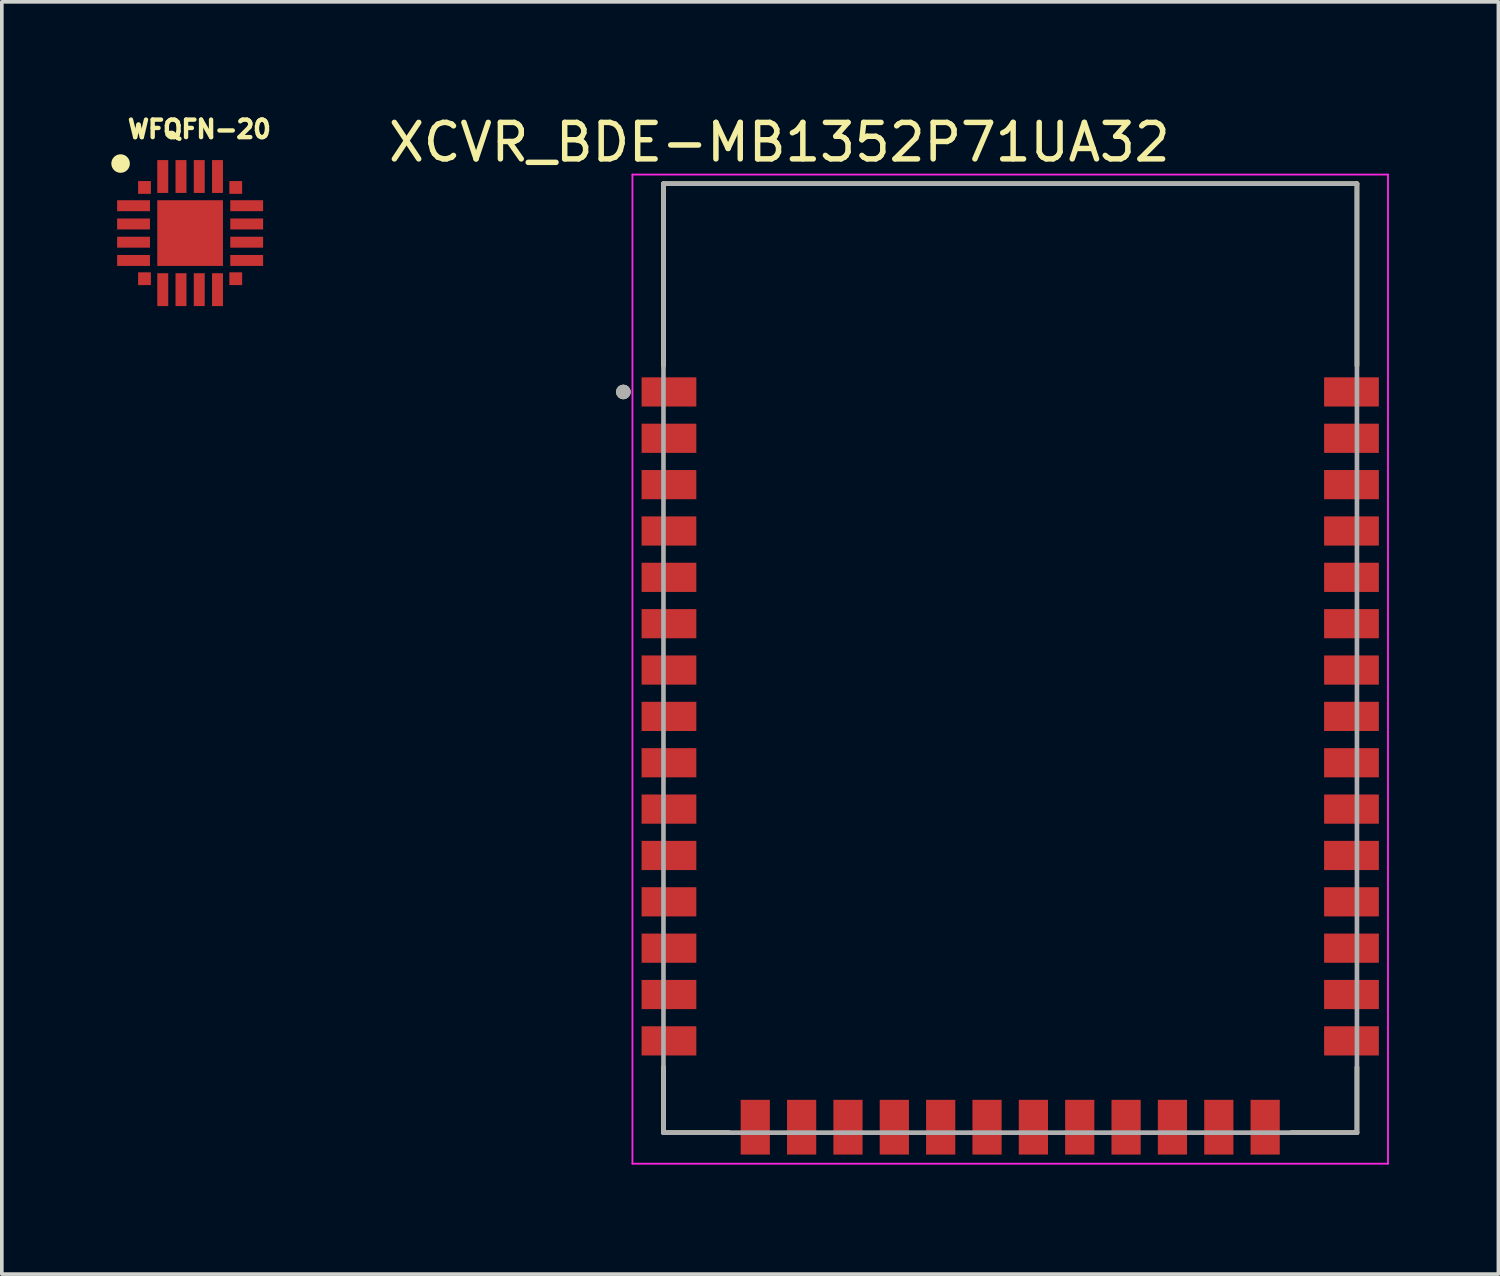
<source format=kicad_pcb>
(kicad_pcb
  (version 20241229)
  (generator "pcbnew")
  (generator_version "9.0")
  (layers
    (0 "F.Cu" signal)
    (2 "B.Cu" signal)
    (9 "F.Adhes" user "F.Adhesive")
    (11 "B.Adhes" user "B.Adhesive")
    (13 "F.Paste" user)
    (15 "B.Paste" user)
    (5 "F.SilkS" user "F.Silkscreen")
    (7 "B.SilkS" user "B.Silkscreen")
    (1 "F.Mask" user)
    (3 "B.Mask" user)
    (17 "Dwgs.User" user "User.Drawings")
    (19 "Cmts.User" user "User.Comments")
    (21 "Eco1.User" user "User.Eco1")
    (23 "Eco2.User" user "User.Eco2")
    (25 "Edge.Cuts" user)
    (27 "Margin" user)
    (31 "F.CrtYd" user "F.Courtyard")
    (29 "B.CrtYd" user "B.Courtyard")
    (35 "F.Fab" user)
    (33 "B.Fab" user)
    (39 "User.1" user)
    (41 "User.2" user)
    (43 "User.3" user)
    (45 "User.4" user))
  (footprint "WFQFN-20"
    (layer "F.Cu")
    (at 2.159 3.336)
    (property "Reference" "WFQFN-20" (at 0.254 -2.845 0) (layer "F.SilkS") (effects (font (size 0.48 0.48) (thickness 0.15))))
    (attr smd)
    (fp_circle (center -1.905 -1.905) (end -1.651 -1.905) (stroke (width 0) (type solid)) (fill yes) (layer "F.SilkS"))
    (pad "1" smd rect (at -1.25 -1.25) (size 0.35 0.35) (layers "F.Cu" "F.Mask" "F.Paste"))
    (pad "2" smd rect (at -1.55 -0.75) (size 0.9 0.3) (layers "F.Cu" "F.Mask" "F.Paste"))
    (pad "3" smd rect (at -1.55 -0.25) (size 0.9 0.3) (layers "F.Cu" "F.Mask" "F.Paste"))
    (pad "4" smd rect (at -1.55 0.25) (size 0.9 0.3) (layers "F.Cu" "F.Mask" "F.Paste"))
    (pad "5" smd rect (at -1.55 0.75) (size 0.9 0.3) (layers "F.Cu" "F.Mask" "F.Paste"))
    (pad "6" smd rect (at -1.25 1.25) (size 0.35 0.35) (layers "F.Cu" "F.Mask" "F.Paste"))
    (pad "7" smd rect (at -0.75 1.55) (size 0.3 0.9) (layers "F.Cu" "F.Mask" "F.Paste"))
    (pad "8" smd rect (at -0.25 1.55) (size 0.3 0.9) (layers "F.Cu" "F.Mask" "F.Paste"))
    (pad "9" smd rect (at 0.25 1.55) (size 0.3 0.9) (layers "F.Cu" "F.Mask" "F.Paste"))
    (pad "10" smd rect (at 0.75 1.55) (size 0.3 0.9) (layers "F.Cu" "F.Mask" "F.Paste"))
    (pad "11" smd rect (at 1.25 1.25) (size 0.35 0.35) (layers "F.Cu" "F.Mask" "F.Paste"))
    (pad "12" smd rect (at 1.55 0.75) (size 0.9 0.3) (layers "F.Cu" "F.Mask" "F.Paste"))
    (pad "13" smd rect (at 1.55 0.25) (size 0.9 0.3) (layers "F.Cu" "F.Mask" "F.Paste"))
    (pad "14" smd rect (at 1.55 -0.25) (size 0.9 0.3) (layers "F.Cu" "F.Mask" "F.Paste"))
    (pad "15" smd rect (at 1.55 -0.75) (size 0.9 0.3) (layers "F.Cu" "F.Mask" "F.Paste"))
    (pad "16" smd rect (at 1.25 -1.25) (size 0.35 0.35) (layers "F.Cu" "F.Mask" "F.Paste"))
    (pad "17" smd rect (at 0.75 -1.55) (size 0.3 0.9) (layers "F.Cu" "F.Mask" "F.Paste"))
    (pad "18" smd rect (at 0.25 -1.55) (size 0.3 0.9) (layers "F.Cu" "F.Mask" "F.Paste"))
    (pad "19" smd rect (at -0.25 -1.55) (size 0.3 0.9) (layers "F.Cu" "F.Mask" "F.Paste"))
    (pad "20" smd rect (at -0.75 -1.55) (size 0.3 0.9) (layers "F.Cu" "F.Mask" "F.Paste"))
    (pad "EXP" smd rect (at 0 0) (size 1.8 1.8) (layers "F.Cu" "F.Mask" "F.Paste")))
  (footprint "XCVR_BDE-MB1352P71UA32"
    (layer "F.Cu")
    (at 24.628 14.983)
    (property "Reference" "XCVR_BDE-MB1352P71UA32" (at -6.325 -14.135 0) (layer "F.SilkS") (effects (font (size 1 1) (thickness 0.15))))
    (attr smd)
    (fp_poly (pts (xy -10.1 -7.695) (xy -8.6 -7.695) (xy -8.6 -6.895) (xy -10.1 -6.895)) (stroke (width 0.01) (type solid)) (fill yes) (layer "F.Mask"))
    (fp_poly (pts (xy -10.1 -6.425) (xy -8.6 -6.425) (xy -8.6 -5.625) (xy -10.1 -5.625)) (stroke (width 0.01) (type solid)) (fill yes) (layer "F.Mask"))
    (fp_poly (pts (xy -10.1 -5.155) (xy -8.6 -5.155) (xy -8.6 -4.355) (xy -10.1 -4.355)) (stroke (width 0.01) (type solid)) (fill yes) (layer "F.Mask"))
    (fp_poly (pts (xy -10.1 -3.885) (xy -8.6 -3.885) (xy -8.6 -3.085) (xy -10.1 -3.085)) (stroke (width 0.01) (type solid)) (fill yes) (layer "F.Mask"))
    (fp_poly (pts (xy -10.1 -2.615) (xy -8.6 -2.615) (xy -8.6 -1.815) (xy -10.1 -1.815)) (stroke (width 0.01) (type solid)) (fill yes) (layer "F.Mask"))
    (fp_poly (pts (xy -10.1 -1.345) (xy -8.6 -1.345) (xy -8.6 -0.545) (xy -10.1 -0.545)) (stroke (width 0.01) (type solid)) (fill yes) (layer "F.Mask"))
    (fp_poly (pts (xy -10.1 -0.075) (xy -8.6 -0.075) (xy -8.6 0.725) (xy -10.1 0.725)) (stroke (width 0.01) (type solid)) (fill yes) (layer "F.Mask"))
    (fp_poly (pts (xy -10.1 1.195) (xy -8.6 1.195) (xy -8.6 1.995) (xy -10.1 1.995)) (stroke (width 0.01) (type solid)) (fill yes) (layer "F.Mask"))
    (fp_poly (pts (xy -10.1 2.465) (xy -8.6 2.465) (xy -8.6 3.265) (xy -10.1 3.265)) (stroke (width 0.01) (type solid)) (fill yes) (layer "F.Mask"))
    (fp_poly (pts (xy -10.1 3.735) (xy -8.6 3.735) (xy -8.6 4.535) (xy -10.1 4.535)) (stroke (width 0.01) (type solid)) (fill yes) (layer "F.Mask"))
    (fp_poly (pts (xy -10.1 5.005) (xy -8.6 5.005) (xy -8.6 5.805) (xy -10.1 5.805)) (stroke (width 0.01) (type solid)) (fill yes) (layer "F.Mask"))
    (fp_poly (pts (xy -10.1 6.275) (xy -8.6 6.275) (xy -8.6 7.075) (xy -10.1 7.075)) (stroke (width 0.01) (type solid)) (fill yes) (layer "F.Mask"))
    (fp_poly (pts (xy -10.1 7.545) (xy -8.6 7.545) (xy -8.6 8.345) (xy -10.1 8.345)) (stroke (width 0.01) (type solid)) (fill yes) (layer "F.Mask"))
    (fp_poly (pts (xy -10.1 8.815) (xy -8.6 8.815) (xy -8.6 9.615) (xy -10.1 9.615)) (stroke (width 0.01) (type solid)) (fill yes) (layer "F.Mask"))
    (fp_poly (pts (xy -10.1 10.085) (xy -8.6 10.085) (xy -8.6 10.885) (xy -10.1 10.885)) (stroke (width 0.01) (type solid)) (fill yes) (layer "F.Mask"))
    (fp_poly (pts (xy -7.385 12.1) (xy -6.585 12.1) (xy -6.585 13.6) (xy -7.385 13.6)) (stroke (width 0.01) (type solid)) (fill yes) (layer "F.Mask"))
    (fp_poly (pts (xy -6.115 12.1) (xy -5.315 12.1) (xy -5.315 13.6) (xy -6.115 13.6)) (stroke (width 0.01) (type solid)) (fill yes) (layer "F.Mask"))
    (fp_poly (pts (xy -4.845 12.1) (xy -4.045 12.1) (xy -4.045 13.6) (xy -4.845 13.6)) (stroke (width 0.01) (type solid)) (fill yes) (layer "F.Mask"))
    (fp_poly (pts (xy -3.575 12.1) (xy -2.775 12.1) (xy -2.775 13.6) (xy -3.575 13.6)) (stroke (width 0.01) (type solid)) (fill yes) (layer "F.Mask"))
    (fp_poly (pts (xy -2.305 12.1) (xy -1.505 12.1) (xy -1.505 13.6) (xy -2.305 13.6)) (stroke (width 0.01) (type solid)) (fill yes) (layer "F.Mask"))
    (fp_poly (pts (xy -1.035 12.1) (xy -0.235 12.1) (xy -0.235 13.6) (xy -1.035 13.6)) (stroke (width 0.01) (type solid)) (fill yes) (layer "F.Mask"))
    (fp_poly (pts (xy 0.235 12.1) (xy 1.035 12.1) (xy 1.035 13.6) (xy 0.235 13.6)) (stroke (width 0.01) (type solid)) (fill yes) (layer "F.Mask"))
    (fp_poly (pts (xy 1.505 12.1) (xy 2.305 12.1) (xy 2.305 13.6) (xy 1.505 13.6)) (stroke (width 0.01) (type solid)) (fill yes) (layer "F.Mask"))
    (fp_poly (pts (xy 2.775 12.1) (xy 3.575 12.1) (xy 3.575 13.6) (xy 2.775 13.6)) (stroke (width 0.01) (type solid)) (fill yes) (layer "F.Mask"))
    (fp_poly (pts (xy 4.045 12.1) (xy 4.845 12.1) (xy 4.845 13.6) (xy 4.045 13.6)) (stroke (width 0.01) (type solid)) (fill yes) (layer "F.Mask"))
    (fp_poly (pts (xy 5.315 12.1) (xy 6.115 12.1) (xy 6.115 13.6) (xy 5.315 13.6)) (stroke (width 0.01) (type solid)) (fill yes) (layer "F.Mask"))
    (fp_poly (pts (xy 6.585 12.1) (xy 7.385 12.1) (xy 7.385 13.6) (xy 6.585 13.6)) (stroke (width 0.01) (type solid)) (fill yes) (layer "F.Mask"))
    (fp_poly (pts (xy 8.6 -7.695) (xy 10.1 -7.695) (xy 10.1 -6.895) (xy 8.6 -6.895)) (stroke (width 0.01) (type solid)) (fill yes) (layer "F.Mask"))
    (fp_poly (pts (xy 8.6 -6.425) (xy 10.1 -6.425) (xy 10.1 -5.625) (xy 8.6 -5.625)) (stroke (width 0.01) (type solid)) (fill yes) (layer "F.Mask"))
    (fp_poly (pts (xy 8.6 -5.155) (xy 10.1 -5.155) (xy 10.1 -4.355) (xy 8.6 -4.355)) (stroke (width 0.01) (type solid)) (fill yes) (layer "F.Mask"))
    (fp_poly (pts (xy 8.6 -3.885) (xy 10.1 -3.885) (xy 10.1 -3.085) (xy 8.6 -3.085)) (stroke (width 0.01) (type solid)) (fill yes) (layer "F.Mask"))
    (fp_poly (pts (xy 8.6 -2.615) (xy 10.1 -2.615) (xy 10.1 -1.815) (xy 8.6 -1.815)) (stroke (width 0.01) (type solid)) (fill yes) (layer "F.Mask"))
    (fp_poly (pts (xy 8.6 -1.345) (xy 10.1 -1.345) (xy 10.1 -0.545) (xy 8.6 -0.545)) (stroke (width 0.01) (type solid)) (fill yes) (layer "F.Mask"))
    (fp_poly (pts (xy 8.6 -0.075) (xy 10.1 -0.075) (xy 10.1 0.725) (xy 8.6 0.725)) (stroke (width 0.01) (type solid)) (fill yes) (layer "F.Mask"))
    (fp_poly (pts (xy 8.6 1.195) (xy 10.1 1.195) (xy 10.1 1.995) (xy 8.6 1.995)) (stroke (width 0.01) (type solid)) (fill yes) (layer "F.Mask"))
    (fp_poly (pts (xy 8.6 2.465) (xy 10.1 2.465) (xy 10.1 3.265) (xy 8.6 3.265)) (stroke (width 0.01) (type solid)) (fill yes) (layer "F.Mask"))
    (fp_poly (pts (xy 8.6 3.735) (xy 10.1 3.735) (xy 10.1 4.535) (xy 8.6 4.535)) (stroke (width 0.01) (type solid)) (fill yes) (layer "F.Mask"))
    (fp_poly (pts (xy 8.6 5.005) (xy 10.1 5.005) (xy 10.1 5.805) (xy 8.6 5.805)) (stroke (width 0.01) (type solid)) (fill yes) (layer "F.Mask"))
    (fp_poly (pts (xy 8.6 6.275) (xy 10.1 6.275) (xy 10.1 7.075) (xy 8.6 7.075)) (stroke (width 0.01) (type solid)) (fill yes) (layer "F.Mask"))
    (fp_poly (pts (xy 8.6 7.545) (xy 10.1 7.545) (xy 10.1 8.345) (xy 8.6 8.345)) (stroke (width 0.01) (type solid)) (fill yes) (layer "F.Mask"))
    (fp_poly (pts (xy 8.6 8.815) (xy 10.1 8.815) (xy 10.1 9.615) (xy 8.6 9.615)) (stroke (width 0.01) (type solid)) (fill yes) (layer "F.Mask"))
    (fp_poly (pts (xy 8.6 10.085) (xy 10.1 10.085) (xy 10.1 10.885) (xy 8.6 10.885)) (stroke (width 0.01) (type solid)) (fill yes) (layer "F.Mask"))
    (fp_line (start -9.5 -13) (end 9.5 -13) (stroke (width 0.127) (type solid)) (layer "F.SilkS"))
    (fp_line (start -9.5 -8.015) (end -9.5 -13) (stroke (width 0.127) (type solid)) (layer "F.SilkS"))
    (fp_line (start -9.5 13) (end -9.5 11.205) (stroke (width 0.127) (type solid)) (layer "F.SilkS"))
    (fp_line (start -7.705 13) (end -9.5 13) (stroke (width 0.127) (type solid)) (layer "F.SilkS"))
    (fp_line (start 9.5 -13) (end 9.5 -8.015) (stroke (width 0.127) (type solid)) (layer "F.SilkS"))
    (fp_line (start 9.5 11.205) (end 9.5 13) (stroke (width 0.127) (type solid)) (layer "F.SilkS"))
    (fp_line (start 9.5 13) (end 7.705 13) (stroke (width 0.127) (type solid)) (layer "F.SilkS"))
    (fp_circle (center -10.6 -7.295) (end -10.5 -7.295) (stroke (width 0.2) (type solid)) (fill no) (layer "F.SilkS"))
    (fp_line (start -10.35 -13.25) (end -10.35 13.85) (stroke (width 0.05) (type solid)) (layer "F.CrtYd"))
    (fp_line (start -10.35 13.85) (end 10.35 13.85) (stroke (width 0.05) (type solid)) (layer "F.CrtYd"))
    (fp_line (start 10.35 -13.25) (end -10.35 -13.25) (stroke (width 0.05) (type solid)) (layer "F.CrtYd"))
    (fp_line (start 10.35 13.85) (end 10.35 -13.25) (stroke (width 0.05) (type solid)) (layer "F.CrtYd"))
    (fp_line (start -9.5 -13) (end 9.5 -13) (stroke (width 0.127) (type solid)) (layer "F.Fab"))
    (fp_line (start -9.5 13) (end -9.5 -13) (stroke (width 0.127) (type solid)) (layer "F.Fab"))
    (fp_line (start 9.5 -13) (end 9.5 13) (stroke (width 0.127) (type solid)) (layer "F.Fab"))
    (fp_line (start 9.5 13) (end -9.5 13) (stroke (width 0.127) (type solid)) (layer "F.Fab"))
    (fp_circle (center -10.6 -7.295) (end -10.5 -7.295) (stroke (width 0.2) (type solid)) (fill no) (layer "F.Fab"))
    (pad "1" smd rect (at -9.35 -7.295) (size 1.5 0.8) (layers "F.Cu" "F.Paste"))
    (pad "2" smd rect (at -9.35 -6.025) (size 1.5 0.8) (layers "F.Cu" "F.Paste"))
    (pad "3" smd rect (at -9.35 -4.755) (size 1.5 0.8) (layers "F.Cu" "F.Paste"))
    (pad "4" smd rect (at -9.35 -3.485) (size 1.5 0.8) (layers "F.Cu" "F.Paste"))
    (pad "5" smd rect (at -9.35 -2.215) (size 1.5 0.8) (layers "F.Cu" "F.Paste"))
    (pad "6" smd rect (at -9.35 -0.945) (size 1.5 0.8) (layers "F.Cu" "F.Paste"))
    (pad "7" smd rect (at -9.35 0.325) (size 1.5 0.8) (layers "F.Cu" "F.Paste"))
    (pad "8" smd rect (at -9.35 1.595) (size 1.5 0.8) (layers "F.Cu" "F.Paste"))
    (pad "9" smd rect (at -9.35 2.865) (size 1.5 0.8) (layers "F.Cu" "F.Paste"))
    (pad "10" smd rect (at -9.35 4.135) (size 1.5 0.8) (layers "F.Cu" "F.Paste"))
    (pad "11" smd rect (at -9.35 5.405) (size 1.5 0.8) (layers "F.Cu" "F.Paste"))
    (pad "12" smd rect (at -9.35 6.675) (size 1.5 0.8) (layers "F.Cu" "F.Paste"))
    (pad "13" smd rect (at -9.35 7.945) (size 1.5 0.8) (layers "F.Cu" "F.Paste"))
    (pad "14" smd rect (at -9.35 9.215) (size 1.5 0.8) (layers "F.Cu" "F.Paste"))
    (pad "15" smd rect (at -9.35 10.485) (size 1.5 0.8) (layers "F.Cu" "F.Paste"))
    (pad "16" smd rect (at -6.985 12.85) (size 0.8 1.5) (layers "F.Cu" "F.Paste"))
    (pad "17" smd rect (at -5.715 12.85) (size 0.8 1.5) (layers "F.Cu" "F.Paste"))
    (pad "18" smd rect (at -4.445 12.85) (size 0.8 1.5) (layers "F.Cu" "F.Paste"))
    (pad "19" smd rect (at -3.175 12.85) (size 0.8 1.5) (layers "F.Cu" "F.Paste"))
    (pad "20" smd rect (at -1.905 12.85) (size 0.8 1.5) (layers "F.Cu" "F.Paste"))
    (pad "21" smd rect (at -0.635 12.85) (size 0.8 1.5) (layers "F.Cu" "F.Paste"))
    (pad "22" smd rect (at 0.635 12.85) (size 0.8 1.5) (layers "F.Cu" "F.Paste"))
    (pad "23" smd rect (at 1.905 12.85) (size 0.8 1.5) (layers "F.Cu" "F.Paste"))
    (pad "24" smd rect (at 3.175 12.85) (size 0.8 1.5) (layers "F.Cu" "F.Paste"))
    (pad "25" smd rect (at 4.445 12.85) (size 0.8 1.5) (layers "F.Cu" "F.Paste"))
    (pad "26" smd rect (at 5.715 12.85) (size 0.8 1.5) (layers "F.Cu" "F.Paste"))
    (pad "27" smd rect (at 6.985 12.85) (size 0.8 1.5) (layers "F.Cu" "F.Paste"))
    (pad "28" smd rect (at 9.35 10.485) (size 1.5 0.8) (layers "F.Cu" "F.Paste"))
    (pad "29" smd rect (at 9.35 9.215) (size 1.5 0.8) (layers "F.Cu" "F.Paste"))
    (pad "30" smd rect (at 9.35 7.945) (size 1.5 0.8) (layers "F.Cu" "F.Paste"))
    (pad "31" smd rect (at 9.35 6.675) (size 1.5 0.8) (layers "F.Cu" "F.Paste"))
    (pad "32" smd rect (at 9.35 5.405) (size 1.5 0.8) (layers "F.Cu" "F.Paste"))
    (pad "33" smd rect (at 9.35 4.135) (size 1.5 0.8) (layers "F.Cu" "F.Paste"))
    (pad "34" smd rect (at 9.35 2.865) (size 1.5 0.8) (layers "F.Cu" "F.Paste"))
    (pad "35" smd rect (at 9.35 1.595) (size 1.5 0.8) (layers "F.Cu" "F.Paste"))
    (pad "36" smd rect (at 9.35 0.325) (size 1.5 0.8) (layers "F.Cu" "F.Paste"))
    (pad "37" smd rect (at 9.35 -0.945) (size 1.5 0.8) (layers "F.Cu" "F.Paste"))
    (pad "38" smd rect (at 9.35 -2.215) (size 1.5 0.8) (layers "F.Cu" "F.Paste"))
    (pad "39" smd rect (at 9.35 -3.485) (size 1.5 0.8) (layers "F.Cu" "F.Paste"))
    (pad "40" smd rect (at 9.35 -4.755) (size 1.5 0.8) (layers "F.Cu" "F.Paste"))
    (pad "41" smd rect (at 9.35 -6.025) (size 1.5 0.8) (layers "F.Cu" "F.Paste"))
    (pad "42" smd rect (at 9.35 -7.295) (size 1.5 0.8) (layers "F.Cu" "F.Paste"))
    (zone (net_name "") (layer "F.Cu") (hatch full 0.508) (connect_pads) (min_thickness 0.01) (filled_areas_thickness no) (keepout (tracks not_allowed) (vias not_allowed) (pads not_allowed) (copperpour not_allowed) (footprints allowed)) (placement (enabled no)) (fill) (polygon (pts (xy 15.128 1.983) (xy 34.128 1.983) (xy 34.128 6.383) (xy 15.128 6.383))))
    (zone (net_name "") (layers "F.Cu" "B.Cu") (hatch full 0.508) (connect_pads) (min_thickness 0.01) (filled_areas_thickness no) (keepout (tracks allowed) (vias not_allowed) (pads allowed) (copperpour allowed) (footprints allowed)) (placement (enabled no)) (fill) (polygon (pts (xy 15.128 1.983) (xy 34.128 1.983) (xy 34.128 6.383) (xy 15.128 6.383)))))
  (gr_rect
    (start -3 -3)
    (end 38.003 31.858)
    (stroke (width 0.1) (type default))
    (fill no)
    (layer "Edge.Cuts")))
</source>
